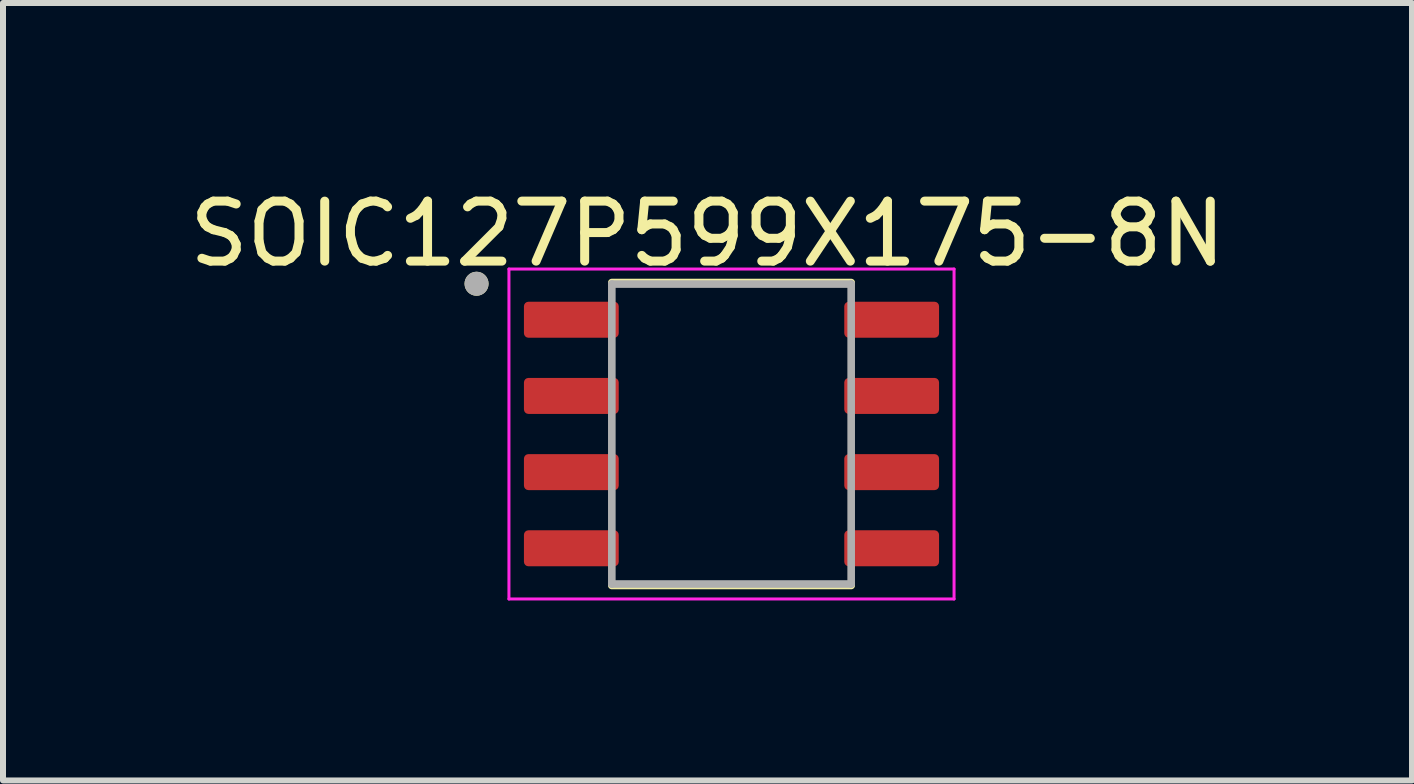
<source format=kicad_pcb>
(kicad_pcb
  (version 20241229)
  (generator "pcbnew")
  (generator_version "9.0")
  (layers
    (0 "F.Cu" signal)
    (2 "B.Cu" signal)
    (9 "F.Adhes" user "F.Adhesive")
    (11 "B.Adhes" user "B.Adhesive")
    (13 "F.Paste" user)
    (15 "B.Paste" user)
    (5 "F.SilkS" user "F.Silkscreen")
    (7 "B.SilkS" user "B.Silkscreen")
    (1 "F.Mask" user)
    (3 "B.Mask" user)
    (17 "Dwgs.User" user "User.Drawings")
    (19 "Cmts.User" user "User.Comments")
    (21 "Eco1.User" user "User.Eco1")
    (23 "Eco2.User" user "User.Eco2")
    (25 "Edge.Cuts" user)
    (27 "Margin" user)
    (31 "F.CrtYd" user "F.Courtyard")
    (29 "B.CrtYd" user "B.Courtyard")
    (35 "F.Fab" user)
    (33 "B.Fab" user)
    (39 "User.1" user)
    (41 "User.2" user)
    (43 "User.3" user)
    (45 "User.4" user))
  (footprint "SOIC127P599X175-8N"
    (layer "F.Cu")
    (at 9.144 4.185)
    (property "Reference" "SOIC127P599X175-8N" (at -0.4 -3.337 0) (layer "F.SilkS") (effects (font (size 1 1) (thickness 0.15))))
    (attr smd)
    (fp_line (start -1.995 -2.525) (end 1.995 -2.525) (stroke (width 0.127) (type solid)) (layer "F.SilkS"))
    (fp_line (start -1.995 2.525) (end 1.995 2.525) (stroke (width 0.127) (type solid)) (layer "F.SilkS"))
    (fp_circle (center -4.25 -2.505) (end -4.15 -2.505) (stroke (width 0.2) (type solid)) (fill no) (layer "F.SilkS"))
    (fp_line (start -3.71 -2.75) (end -3.71 2.75) (stroke (width 0.05) (type solid)) (layer "F.CrtYd"))
    (fp_line (start -3.71 -2.75) (end 3.71 -2.75) (stroke (width 0.05) (type solid)) (layer "F.CrtYd"))
    (fp_line (start -3.71 2.75) (end 3.71 2.75) (stroke (width 0.05) (type solid)) (layer "F.CrtYd"))
    (fp_line (start 3.71 -2.75) (end 3.71 2.75) (stroke (width 0.05) (type solid)) (layer "F.CrtYd"))
    (fp_line (start -1.995 -2.5) (end -1.995 2.5) (stroke (width 0.127) (type solid)) (layer "F.Fab"))
    (fp_line (start -1.995 -2.5) (end 1.995 -2.5) (stroke (width 0.127) (type solid)) (layer "F.Fab"))
    (fp_line (start -1.995 2.5) (end 1.995 2.5) (stroke (width 0.127) (type solid)) (layer "F.Fab"))
    (fp_line (start 1.995 -2.5) (end 1.995 2.5) (stroke (width 0.127) (type solid)) (layer "F.Fab"))
    (fp_circle (center -4.25 -2.505) (end -4.15 -2.505) (stroke (width 0.2) (type solid)) (fill no) (layer "F.Fab"))
    (pad "1" smd roundrect (at -2.67 -1.905) (size 1.58 0.6) (layers "F.Cu" "F.Mask" "F.Paste") (roundrect_rratio 0.125))
    (pad "2" smd roundrect (at -2.67 -0.635) (size 1.58 0.6) (layers "F.Cu" "F.Mask" "F.Paste") (roundrect_rratio 0.125))
    (pad "3" smd roundrect (at -2.67 0.635) (size 1.58 0.6) (layers "F.Cu" "F.Mask" "F.Paste") (roundrect_rratio 0.125))
    (pad "4" smd roundrect (at -2.67 1.905) (size 1.58 0.6) (layers "F.Cu" "F.Mask" "F.Paste") (roundrect_rratio 0.125))
    (pad "5" smd roundrect (at 2.67 1.905) (size 1.58 0.6) (layers "F.Cu" "F.Mask" "F.Paste") (roundrect_rratio 0.125))
    (pad "6" smd roundrect (at 2.67 0.635) (size 1.58 0.6) (layers "F.Cu" "F.Mask" "F.Paste") (roundrect_rratio 0.125))
    (pad "7" smd roundrect (at 2.67 -0.635) (size 1.58 0.6) (layers "F.Cu" "F.Mask" "F.Paste") (roundrect_rratio 0.125))
    (pad "8" smd roundrect (at 2.67 -1.905) (size 1.58 0.6) (layers "F.Cu" "F.Mask" "F.Paste") (roundrect_rratio 0.125)))
  (gr_rect
    (start -3 -3)
    (end 20.488 9.96)
    (stroke (width 0.1) (type default))
    (fill no)
    (layer "Edge.Cuts")))
</source>
